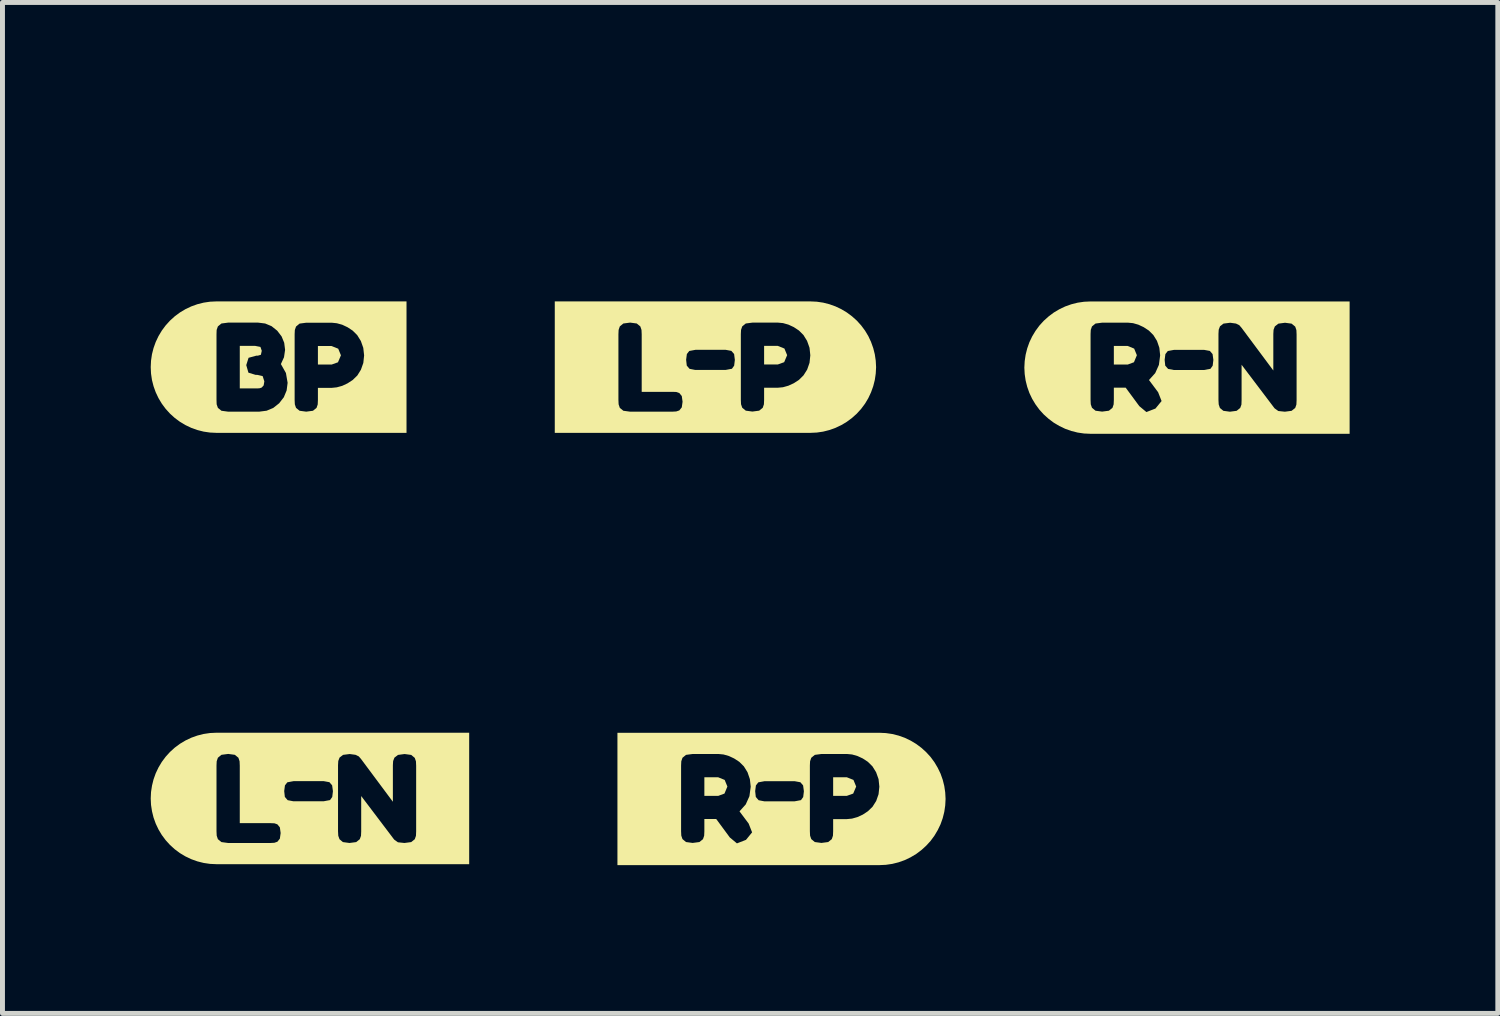
<source format=kicad_pcb>
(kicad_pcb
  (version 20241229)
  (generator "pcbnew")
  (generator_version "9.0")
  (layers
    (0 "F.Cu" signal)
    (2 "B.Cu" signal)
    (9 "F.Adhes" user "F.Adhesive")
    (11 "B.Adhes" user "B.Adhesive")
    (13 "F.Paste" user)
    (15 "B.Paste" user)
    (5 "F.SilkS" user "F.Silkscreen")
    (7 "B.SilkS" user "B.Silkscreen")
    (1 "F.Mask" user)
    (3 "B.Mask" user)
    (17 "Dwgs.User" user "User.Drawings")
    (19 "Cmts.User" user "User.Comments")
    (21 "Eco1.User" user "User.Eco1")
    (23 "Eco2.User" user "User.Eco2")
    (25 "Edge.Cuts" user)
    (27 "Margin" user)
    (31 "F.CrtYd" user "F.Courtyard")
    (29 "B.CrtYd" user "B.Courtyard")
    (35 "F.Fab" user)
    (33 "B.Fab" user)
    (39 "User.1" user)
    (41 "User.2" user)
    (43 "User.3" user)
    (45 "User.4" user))
  (footprint "kibuzzard-6678BADC"
    (layer "F.Cu")
    (at 2.588 4.379)
    (property "Reference" "kibuzzard-6678BADC" (at 0 -4.378 0) (layer "F.SilkS") (effects (font (size 0.001 0.001) (thickness 0.15))))
    (attr board_only exclude_from_pos_files exclude_from_bom)
    (fp_poly (pts (xy 0.795 -0.052) (xy 1.073 -0.052) (xy 1.201 -0.098) (xy 1.261 -0.239) (xy 1.206 -0.373) (xy 1.07 -0.427) (xy 0.795 -0.427) (xy 0.795 -0.052)) (stroke (width 0) (type solid)) (fill yes) (layer "F.SilkS"))
    (fp_poly (pts (xy -0.786 0.43) (xy -0.418 0.43) (xy -0.382 0.427) (xy -0.342 0.413) (xy -0.303 0.37) (xy -0.289 0.288) (xy -0.323 0.182) (xy -0.431 0.157) (xy -0.464 0.157) (xy -0.611 0.112) (xy -0.655 -0.041) (xy -0.608 -0.189) (xy -0.451 -0.232) (xy -0.42 -0.232) (xy -0.359 -0.25) (xy -0.341 -0.33) (xy -0.368 -0.409) (xy -0.475 -0.43) (xy -0.786 -0.43) (xy -0.786 0.43)) (stroke (width 0) (type solid)) (fill yes) (layer "F.SilkS"))
    (fp_poly (pts (xy -1.257 -1.33) (xy -1.258 -1.33) (xy -1.388 -1.324) (xy -1.517 -1.305) (xy -1.644 -1.273) (xy -1.767 -1.229) (xy -1.885 -1.173) (xy -1.997 -1.106) (xy -2.102 -1.028) (xy -2.198 -0.941) (xy -2.286 -0.844) (xy -2.364 -0.739) (xy -2.431 -0.627) (xy -2.487 -0.509) (xy -2.531 -0.386) (xy -2.563 -0.26) (xy -2.582 -0.13) (xy -2.588 0) (xy -2.582 0.13) (xy -2.563 0.26) (xy -2.531 0.386) (xy -2.487 0.509) (xy -2.431 0.627) (xy -2.364 0.739) (xy -2.286 0.844) (xy -2.198 0.941) (xy -2.102 1.028) (xy -1.997 1.106) (xy -1.885 1.173) (xy -1.767 1.229) (xy -1.644 1.273) (xy -1.517 1.305) (xy -1.388 1.324) (xy -1.258 1.33) (xy -1.257 1.33) (xy -1.023 1.33) (xy -1.023 0.901) (xy -1.157 0.883) (xy -1.229 0.824) (xy -1.254 0.752) (xy -1.257 0.662) (xy -1.257 -0.667) (xy -1.254 -0.753) (xy -1.229 -0.824) (xy -1.157 -0.883) (xy -1.02 -0.901) (xy -0.418 -0.901) (xy -0.273 -0.883) (xy -0.143 -0.829) (xy -0.029 -0.738) (xy 0.06 -0.622) (xy 0.113 -0.493) (xy 0.131 -0.35) (xy 0.109 -0.2) (xy 0.046 -0.062) (xy 0.148 0.119) (xy 0.182 0.317) (xy 0.162 0.472) (xy 0.105 0.61) (xy 0.011 0.731) (xy -0.109 0.826) (xy -0.243 0.882) (xy -0.392 0.901) (xy -1.023 0.901) (xy -1.023 1.33) (xy 0.558 1.33) (xy 0.558 0.901) (xy 0.424 0.883) (xy 0.352 0.824) (xy 0.328 0.753) (xy 0.324 0.664) (xy 0.324 -0.664) (xy 0.328 -0.751) (xy 0.352 -0.821) (xy 0.424 -0.881) (xy 0.561 -0.899) (xy 1.073 -0.899) (xy 1.178 -0.888) (xy 1.287 -0.858) (xy 1.395 -0.807) (xy 1.498 -0.739) (xy 1.59 -0.648) (xy 1.664 -0.529) (xy 1.713 -0.39) (xy 1.73 -0.237) (xy 1.714 -0.085) (xy 1.665 0.053) (xy 1.592 0.17) (xy 1.499 0.26) (xy 1.395 0.328) (xy 1.286 0.379) (xy 1.176 0.409) (xy 1.07 0.42) (xy 0.795 0.42) (xy 0.795 0.667) (xy 0.791 0.756) (xy 0.767 0.825) (xy 0.695 0.883) (xy 0.558 0.901) (xy 0.558 1.33) (xy 1.73 1.33) (xy 2.588 1.33) (xy 2.588 -1.33) (xy 1.73 -1.33) (xy -1.257 -1.33)) (stroke (width 0) (type solid)) (fill yes) (layer "F.SilkS")))
  (footprint "kibuzzard-6678BB1D"
    (layer "F.Cu")
    (at 20.969 4.389)
    (property "Reference" "kibuzzard-6678BB1D" (at 0 -4.387 0) (layer "F.SilkS") (effects (font (size 0.001 0.001) (thickness 0.15))))
    (attr board_only exclude_from_pos_files exclude_from_bom)
    (fp_poly (pts (xy -1.48 -0.063) (xy -1.197 -0.063) (xy -1.073 -0.109) (xy -1.014 -0.251) (xy -1.069 -0.385) (xy -1.202 -0.439) (xy -1.48 -0.439) (xy -1.48 -0.063)) (stroke (width 0) (type solid)) (fill yes) (layer "F.SilkS"))
    (fp_poly (pts (xy -1.951 -1.339) (xy -1.951 -1.339) (xy -2.083 -1.333) (xy -2.213 -1.314) (xy -2.34 -1.282) (xy -2.464 -1.238) (xy -2.583 -1.181) (xy -2.696 -1.114) (xy -2.801 -1.035) (xy -2.899 -0.947) (xy -2.987 -0.85) (xy -3.065 -0.744) (xy -3.133 -0.631) (xy -3.189 -0.513) (xy -3.233 -0.389) (xy -3.265 -0.261) (xy -3.284 -0.131) (xy -3.291 0) (xy -3.284 0.131) (xy -3.265 0.261) (xy -3.233 0.389) (xy -3.189 0.513) (xy -3.133 0.631) (xy -3.065 0.744) (xy -2.987 0.85) (xy -2.899 0.947) (xy -2.801 1.035) (xy -2.696 1.114) (xy -2.583 1.181) (xy -2.464 1.238) (xy -2.34 1.282) (xy -2.213 1.314) (xy -2.083 1.333) (xy -1.951 1.339) (xy -1.951 1.339) (xy -0.821 1.339) (xy -0.821 0.899) (xy -0.965 0.779) (xy -1.24 0.406) (xy -1.48 0.406) (xy -1.48 0.655) (xy -1.484 0.744) (xy -1.508 0.814) (xy -1.58 0.872) (xy -1.717 0.89) (xy -1.851 0.872) (xy -1.923 0.812) (xy -1.947 0.742) (xy -1.951 0.653) (xy -1.951 -0.676) (xy -1.947 -0.762) (xy -1.923 -0.833) (xy -1.851 -0.892) (xy -1.714 -0.91) (xy -1.197 -0.91) (xy -1.092 -0.9) (xy -0.984 -0.869) (xy -0.877 -0.819) (xy -0.773 -0.751) (xy -0.681 -0.66) (xy -0.607 -0.541) (xy -0.559 -0.401) (xy -0.543 -0.248) (xy -0.568 -0.056) (xy -0.643 0.111) (xy -0.769 0.251) (xy -0.584 0.498) (xy -0.514 0.676) (xy -0.638 0.828) (xy -0.821 0.899) (xy -0.821 1.339) (xy 0.346 1.339) (xy 0.346 0.048) (xy -0.267 0.048) (xy -0.382 0.026) (xy -0.44 -0.04) (xy -0.452 -0.158) (xy -0.437 -0.274) (xy -0.388 -0.336) (xy -0.264 -0.359) (xy 0.348 -0.359) (xy 0.463 -0.338) (xy 0.518 -0.274) (xy 0.534 -0.156) (xy 0.52 -0.039) (xy 0.475 0.024) (xy 0.346 0.048) (xy 0.346 1.339) (xy 0.869 1.339) (xy 0.869 0.892) (xy 0.736 0.874) (xy 0.666 0.816) (xy 0.642 0.745) (xy 0.637 0.655) (xy 0.637 -0.681) (xy 0.642 -0.767) (xy 0.668 -0.836) (xy 0.739 -0.891) (xy 0.874 -0.908) (xy 0.991 -0.892) (xy 1.057 -0.86) (xy 1.103 -0.807) (xy 1.747 0.058) (xy 1.747 -0.681) (xy 1.752 -0.766) (xy 1.778 -0.834) (xy 1.85 -0.89) (xy 1.984 -0.908) (xy 2.117 -0.89) (xy 2.19 -0.83) (xy 2.214 -0.76) (xy 2.218 -0.671) (xy 2.218 0.658) (xy 2.214 0.747) (xy 2.19 0.816) (xy 2.117 0.874) (xy 1.981 0.892) (xy 1.848 0.878) (xy 1.772 0.823) (xy 1.105 -0.058) (xy 1.105 0.658) (xy 1.102 0.747) (xy 1.077 0.816) (xy 1.005 0.874) (xy 0.869 0.892) (xy 0.869 1.339) (xy 2.218 1.339) (xy 3.291 1.339) (xy 3.291 -1.339) (xy 2.218 -1.339) (xy -1.951 -1.339)) (stroke (width 0) (type solid)) (fill yes) (layer "F.SilkS")))
  (footprint "kibuzzard-6678BB3B"
    (layer "F.Cu")
    (at 3.222 13.107)
    (property "Reference" "kibuzzard-6678BB3B" (at 0 -4.378 0) (layer "F.SilkS") (effects (font (size 0.001 0.001) (thickness 0.15))))
    (attr board_only exclude_from_pos_files exclude_from_bom)
    (fp_poly (pts (xy -1.891 -1.33) (xy -1.892 -1.33) (xy -2.022 -1.324) (xy -2.151 -1.305) (xy -2.278 -1.273) (xy -2.401 -1.229) (xy -2.519 -1.173) (xy -2.631 -1.106) (xy -2.736 -1.028) (xy -2.832 -0.941) (xy -2.92 -0.844) (xy -2.998 -0.739) (xy -3.065 -0.627) (xy -3.121 -0.509) (xy -3.165 -0.386) (xy -3.196 -0.26) (xy -3.216 -0.13) (xy -3.222 0) (xy -3.216 0.13) (xy -3.196 0.26) (xy -3.165 0.386) (xy -3.121 0.509) (xy -3.065 0.627) (xy -2.998 0.739) (xy -2.92 0.844) (xy -2.832 0.941) (xy -2.736 1.028) (xy -2.631 1.106) (xy -2.519 1.173) (xy -2.401 1.229) (xy -2.278 1.273) (xy -2.151 1.305) (xy -2.022 1.324) (xy -1.892 1.33) (xy -1.891 1.33) (xy -1.657 1.33) (xy -1.657 0.901) (xy -1.791 0.883) (xy -1.863 0.824) (xy -1.887 0.753) (xy -1.891 0.664) (xy -1.891 -0.667) (xy -1.887 -0.753) (xy -1.863 -0.824) (xy -1.791 -0.883) (xy -1.654 -0.901) (xy -1.52 -0.883) (xy -1.448 -0.824) (xy -1.424 -0.753) (xy -1.42 -0.664) (xy -1.42 0.5) (xy -0.792 0.5) (xy -0.718 0.503) (xy -0.659 0.524) (xy -0.609 0.585) (xy -0.593 0.7) (xy -0.609 0.814) (xy -0.659 0.876) (xy -0.721 0.897) (xy -0.794 0.901) (xy -1.657 0.901) (xy -1.657 1.33) (xy 0.277 1.33) (xy 0.277 0.057) (xy -0.336 0.057) (xy -0.451 0.035) (xy -0.508 -0.031) (xy -0.521 -0.149) (xy -0.506 -0.265) (xy -0.457 -0.327) (xy -0.333 -0.35) (xy 0.28 -0.35) (xy 0.394 -0.329) (xy 0.449 -0.265) (xy 0.465 -0.147) (xy 0.451 -0.03) (xy 0.406 0.033) (xy 0.277 0.057) (xy 0.277 1.33) (xy 0.8 1.33) (xy 0.8 0.901) (xy 0.667 0.883) (xy 0.598 0.825) (xy 0.573 0.755) (xy 0.568 0.664) (xy 0.568 -0.672) (xy 0.573 -0.758) (xy 0.599 -0.827) (xy 0.67 -0.882) (xy 0.805 -0.899) (xy 0.922 -0.883) (xy 0.988 -0.851) (xy 1.034 -0.798) (xy 1.678 0.067) (xy 1.678 -0.672) (xy 1.683 -0.757) (xy 1.709 -0.825) (xy 1.781 -0.881) (xy 1.915 -0.899) (xy 2.049 -0.881) (xy 2.121 -0.821) (xy 2.145 -0.751) (xy 2.149 -0.662) (xy 2.149 0.667) (xy 2.145 0.756) (xy 2.121 0.825) (xy 2.049 0.883) (xy 1.912 0.901) (xy 1.78 0.887) (xy 1.704 0.832) (xy 1.037 -0.049) (xy 1.037 0.667) (xy 1.033 0.756) (xy 1.008 0.825) (xy 0.936 0.883) (xy 0.8 0.901) (xy 0.8 1.33) (xy 2.149 1.33) (xy 3.222 1.33) (xy 3.222 -1.33) (xy 2.149 -1.33) (xy -1.891 -1.33)) (stroke (width 0) (type solid)) (fill yes) (layer "F.SilkS")))
  (footprint "kibuzzard-6678BAEB"
    (layer "F.Cu")
    (at 11.427 4.379)
    (property "Reference" "kibuzzard-6678BAEB" (at 0 -4.378 0) (layer "F.SilkS") (effects (font (size 0.001 0.001) (thickness 0.15))))
    (attr board_only exclude_from_pos_files exclude_from_bom)
    (fp_poly (pts (xy 0.985 -0.054) (xy 1.263 -0.054) (xy 1.391 -0.1) (xy 1.451 -0.242) (xy 1.396 -0.376) (xy 1.261 -0.43) (xy 0.985 -0.43) (xy 0.985 -0.054)) (stroke (width 0) (type solid)) (fill yes) (layer "F.SilkS"))
    (fp_poly (pts (xy -1.963 -1.33) (xy -3.251 -1.33) (xy -3.251 1.33) (xy -1.963 1.33) (xy -1.729 1.33) (xy -1.729 0.901) (xy -1.863 0.883) (xy -1.935 0.824) (xy -1.959 0.753) (xy -1.963 0.664) (xy -1.963 -0.667) (xy -1.959 -0.753) (xy -1.935 -0.824) (xy -1.863 -0.883) (xy -1.726 -0.901) (xy -1.592 -0.883) (xy -1.52 -0.824) (xy -1.496 -0.753) (xy -1.492 -0.664) (xy -1.492 0.5) (xy -0.864 0.5) (xy -0.79 0.503) (xy -0.731 0.524) (xy -0.681 0.585) (xy -0.665 0.7) (xy -0.681 0.814) (xy -0.731 0.876) (xy -0.793 0.897) (xy -0.866 0.901) (xy -1.729 0.901) (xy -1.729 1.33) (xy 0.205 1.33) (xy 0.205 0.057) (xy -0.408 0.057) (xy -0.523 0.035) (xy -0.58 -0.031) (xy -0.593 -0.149) (xy -0.578 -0.265) (xy -0.529 -0.327) (xy -0.405 -0.35) (xy 0.208 -0.35) (xy 0.322 -0.329) (xy 0.378 -0.265) (xy 0.393 -0.147) (xy 0.379 -0.03) (xy 0.334 0.033) (xy 0.205 0.057) (xy 0.205 1.33) (xy 0.748 1.33) (xy 0.748 0.899) (xy 0.614 0.881) (xy 0.542 0.821) (xy 0.518 0.751) (xy 0.514 0.662) (xy 0.514 -0.667) (xy 0.518 -0.753) (xy 0.542 -0.824) (xy 0.614 -0.883) (xy 0.751 -0.901) (xy 1.263 -0.901) (xy 1.368 -0.891) (xy 1.477 -0.86) (xy 1.585 -0.81) (xy 1.688 -0.742) (xy 1.78 -0.651) (xy 1.854 -0.532) (xy 1.904 -0.392) (xy 1.92 -0.239) (xy 1.904 -0.087) (xy 1.856 0.05) (xy 1.782 0.167) (xy 1.69 0.258) (xy 1.585 0.326) (xy 1.476 0.376) (xy 1.366 0.407) (xy 1.261 0.417) (xy 0.985 0.417) (xy 0.985 0.664) (xy 0.981 0.753) (xy 0.957 0.823) (xy 0.885 0.881) (xy 0.748 0.899) (xy 0.748 1.33) (xy 1.92 1.33) (xy 1.92 1.33) (xy 2.051 1.324) (xy 2.18 1.305) (xy 2.306 1.273) (xy 2.429 1.229) (xy 2.547 1.173) (xy 2.659 1.106) (xy 2.764 1.028) (xy 2.861 0.941) (xy 2.949 0.844) (xy 3.027 0.739) (xy 3.094 0.627) (xy 3.149 0.509) (xy 3.193 0.386) (xy 3.225 0.26) (xy 3.244 0.13) (xy 3.251 0) (xy 3.244 -0.13) (xy 3.225 -0.26) (xy 3.193 -0.386) (xy 3.149 -0.509) (xy 3.094 -0.627) (xy 3.027 -0.739) (xy 2.949 -0.844) (xy 2.861 -0.941) (xy 2.764 -1.028) (xy 2.659 -1.106) (xy 2.547 -1.173) (xy 2.429 -1.229) (xy 2.306 -1.273) (xy 2.18 -1.305) (xy 2.051 -1.324) (xy 1.92 -1.33) (xy 1.92 -1.33) (xy -1.963 -1.33)) (stroke (width 0) (type solid)) (fill yes) (layer "F.SilkS")))
  (footprint "kibuzzard-6678BB49"
    (layer "F.Cu")
    (at 12.764 13.117)
    (property "Reference" "kibuzzard-6678BB49" (at 0 -4.387 0) (layer "F.SilkS") (effects (font (size 0.001 0.001) (thickness 0.15))))
    (attr board_only exclude_from_pos_files exclude_from_bom)
    (fp_poly (pts (xy -1.561 -0.063) (xy -1.278 -0.063) (xy -1.154 -0.109) (xy -1.095 -0.251) (xy -1.15 -0.385) (xy -1.283 -0.439) (xy -1.561 -0.439) (xy -1.561 -0.063)) (stroke (width 0) (type solid)) (fill yes) (layer "F.SilkS"))
    (fp_poly (pts (xy 1.045 -0.063) (xy 1.323 -0.063) (xy 1.451 -0.109) (xy 1.511 -0.251) (xy 1.456 -0.385) (xy 1.321 -0.439) (xy 1.045 -0.439) (xy 1.045 -0.063)) (stroke (width 0) (type solid)) (fill yes) (layer "F.SilkS"))
    (fp_poly (pts (xy -2.032 -1.339) (xy -3.32 -1.339) (xy -3.32 1.339) (xy -2.032 1.339) (xy -0.902 1.339) (xy -0.902 0.899) (xy -1.046 0.779) (xy -1.321 0.406) (xy -1.561 0.406) (xy -1.561 0.655) (xy -1.565 0.744) (xy -1.589 0.814) (xy -1.661 0.872) (xy -1.798 0.89) (xy -1.932 0.872) (xy -2.004 0.812) (xy -2.028 0.742) (xy -2.032 0.653) (xy -2.032 -0.676) (xy -2.028 -0.762) (xy -2.004 -0.833) (xy -1.932 -0.892) (xy -1.795 -0.91) (xy -1.278 -0.91) (xy -1.173 -0.9) (xy -1.065 -0.869) (xy -0.958 -0.819) (xy -0.854 -0.751) (xy -0.762 -0.66) (xy -0.688 -0.541) (xy -0.64 -0.401) (xy -0.623 -0.248) (xy -0.649 -0.056) (xy -0.724 0.111) (xy -0.85 0.251) (xy -0.665 0.498) (xy -0.595 0.676) (xy -0.719 0.828) (xy -0.902 0.899) (xy -0.902 1.339) (xy 0.265 1.339) (xy 0.265 0.048) (xy -0.348 0.048) (xy -0.463 0.026) (xy -0.52 -0.04) (xy -0.533 -0.158) (xy -0.518 -0.274) (xy -0.469 -0.336) (xy -0.345 -0.359) (xy 0.267 -0.359) (xy 0.382 -0.338) (xy 0.437 -0.274) (xy 0.453 -0.156) (xy 0.439 -0.039) (xy 0.394 0.024) (xy 0.265 0.048) (xy 0.265 1.339) (xy 0.808 1.339) (xy 0.808 0.89) (xy 0.674 0.872) (xy 0.602 0.812) (xy 0.578 0.742) (xy 0.574 0.653) (xy 0.574 -0.676) (xy 0.578 -0.762) (xy 0.602 -0.833) (xy 0.674 -0.892) (xy 0.811 -0.91) (xy 1.323 -0.91) (xy 1.428 -0.9) (xy 1.537 -0.869) (xy 1.645 -0.819) (xy 1.748 -0.751) (xy 1.84 -0.66) (xy 1.914 -0.541) (xy 1.964 -0.401) (xy 1.98 -0.248) (xy 1.964 -0.096) (xy 1.916 0.041) (xy 1.842 0.158) (xy 1.749 0.248) (xy 1.645 0.317) (xy 1.536 0.367) (xy 1.426 0.398) (xy 1.321 0.408) (xy 1.045 0.408) (xy 1.045 0.655) (xy 1.041 0.744) (xy 1.017 0.814) (xy 0.945 0.872) (xy 0.808 0.89) (xy 0.808 1.339) (xy 1.98 1.339) (xy 1.98 1.339) (xy 2.111 1.333) (xy 2.241 1.314) (xy 2.369 1.282) (xy 2.493 1.238) (xy 2.612 1.181) (xy 2.724 1.114) (xy 2.83 1.035) (xy 2.927 0.947) (xy 3.016 0.85) (xy 3.094 0.744) (xy 3.161 0.631) (xy 3.218 0.513) (xy 3.262 0.389) (xy 3.294 0.261) (xy 3.313 0.131) (xy 3.32 0) (xy 3.313 -0.131) (xy 3.294 -0.261) (xy 3.262 -0.389) (xy 3.218 -0.513) (xy 3.161 -0.631) (xy 3.094 -0.744) (xy 3.016 -0.85) (xy 2.927 -0.947) (xy 2.83 -1.035) (xy 2.724 -1.114) (xy 2.612 -1.181) (xy 2.493 -1.238) (xy 2.369 -1.282) (xy 2.241 -1.314) (xy 2.111 -1.333) (xy 1.98 -1.339) (xy 1.98 -1.339) (xy -2.032 -1.339)) (stroke (width 0) (type solid)) (fill yes) (layer "F.SilkS")))
  (gr_rect
    (start -3 -3)
    (end 27.259 17.456)
    (stroke (width 0.1) (type default))
    (fill no)
    (layer "Edge.Cuts")))
</source>
